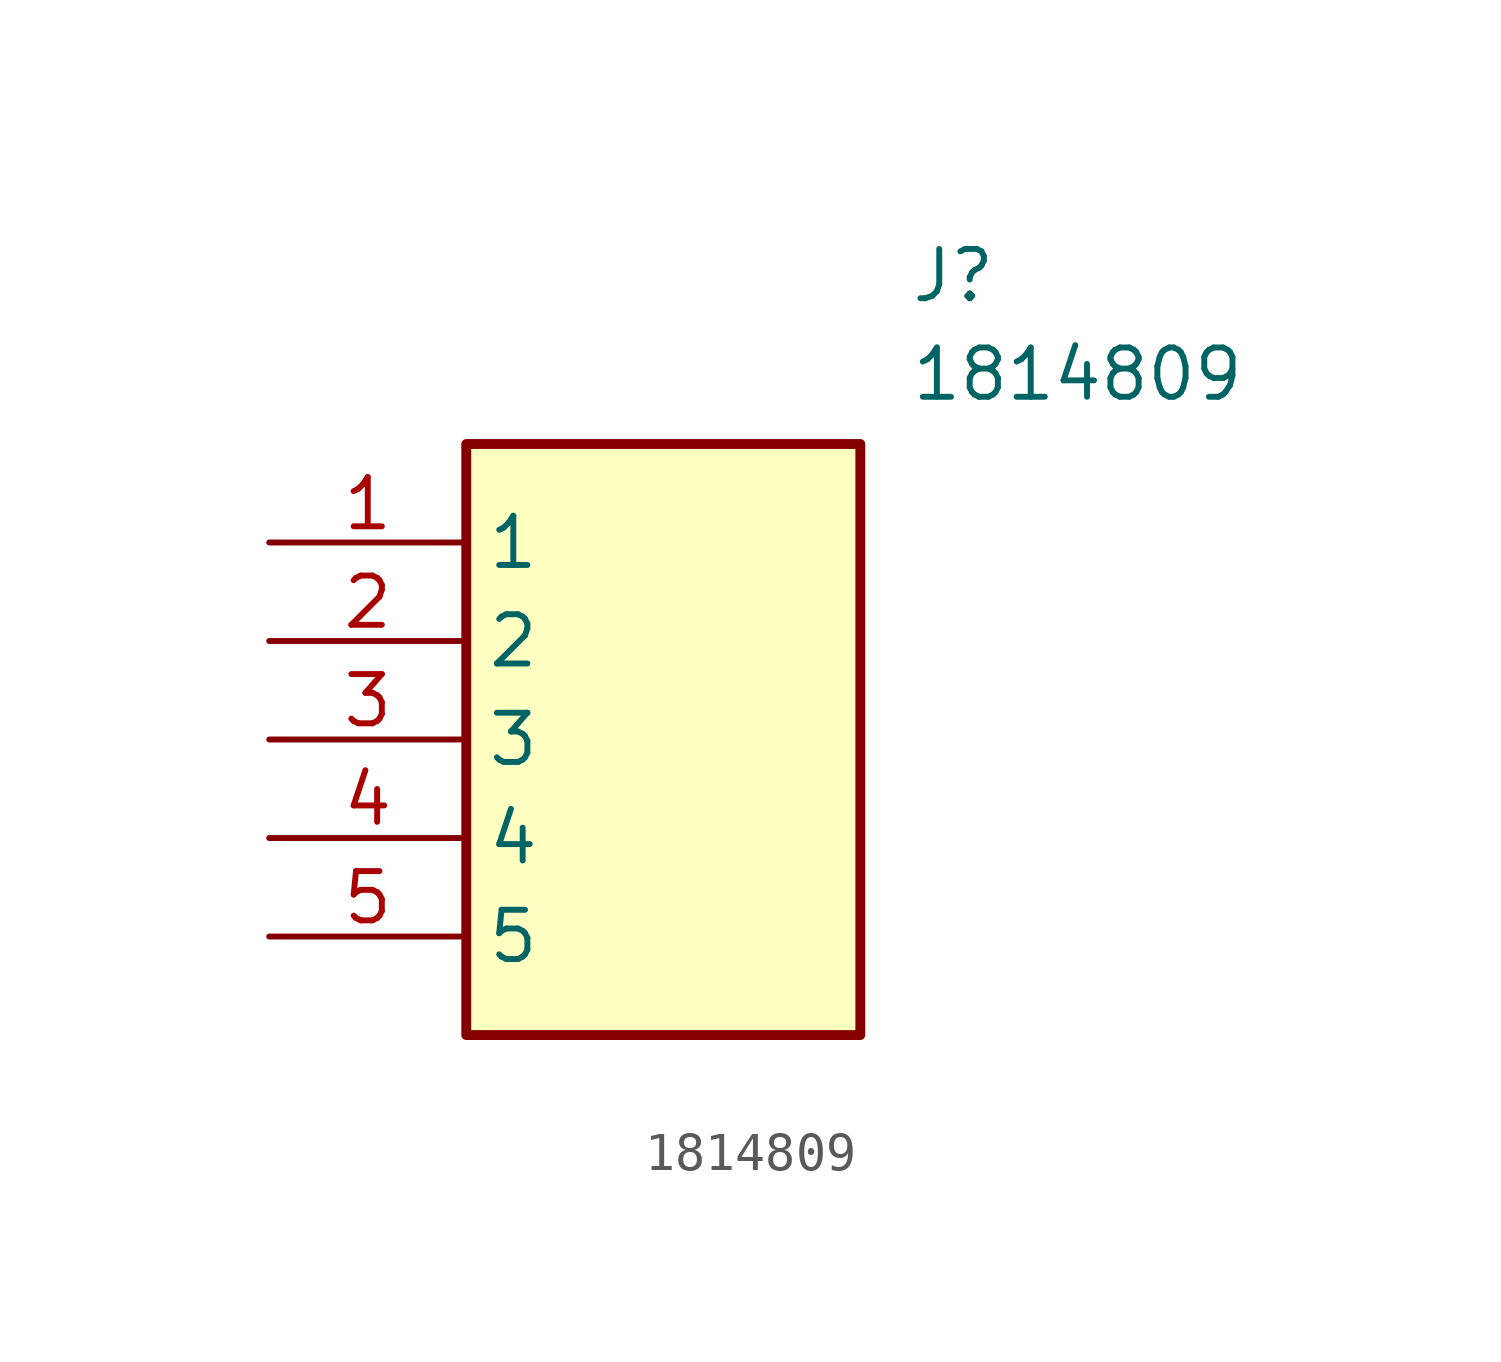
<source format=kicad_sym>
(kicad_symbol_lib
  (version 20211014)
  (generator SamacSys_ECAD_Model)
  (symbol "1814809"
    (property "Reference" "J"
      (at 16.51 7.62 0)
      (effects (font (size 1.27 1.27)) (justify left top)))
    (property "Value" "1814809"
      (at 16.51 5.08 0)
      (effects (font (size 1.27 1.27)) (justify left top)))
    (rectangle
      (start 5.08 2.54)
      (end 15.24 -12.7)
      (stroke (width 0.254) (type default))
      (fill (type background)))
    (pin passive line
      (at 0 0 0)
      (length 5.08)
      (name "1" (effects (font (size 1.27 1.27))))
      (number "1" (effects (font (size 1.27 1.27)))))
    (pin passive line
      (at 0 -2.54 0)
      (length 5.08)
      (name "2" (effects (font (size 1.27 1.27))))
      (number "2" (effects (font (size 1.27 1.27)))))
    (pin passive line
      (at 0 -5.08 0)
      (length 5.08)
      (name "3" (effects (font (size 1.27 1.27))))
      (number "3" (effects (font (size 1.27 1.27)))))
    (pin passive line
      (at 0 -7.62 0)
      (length 5.08)
      (name "4" (effects (font (size 1.27 1.27))))
      (number "4" (effects (font (size 1.27 1.27)))))
    (pin passive line
      (at 0 -10.16 0)
      (length 5.08)
      (name "5" (effects (font (size 1.27 1.27))))
      (number "5" (effects (font (size 1.27 1.27)))))))
</source>
